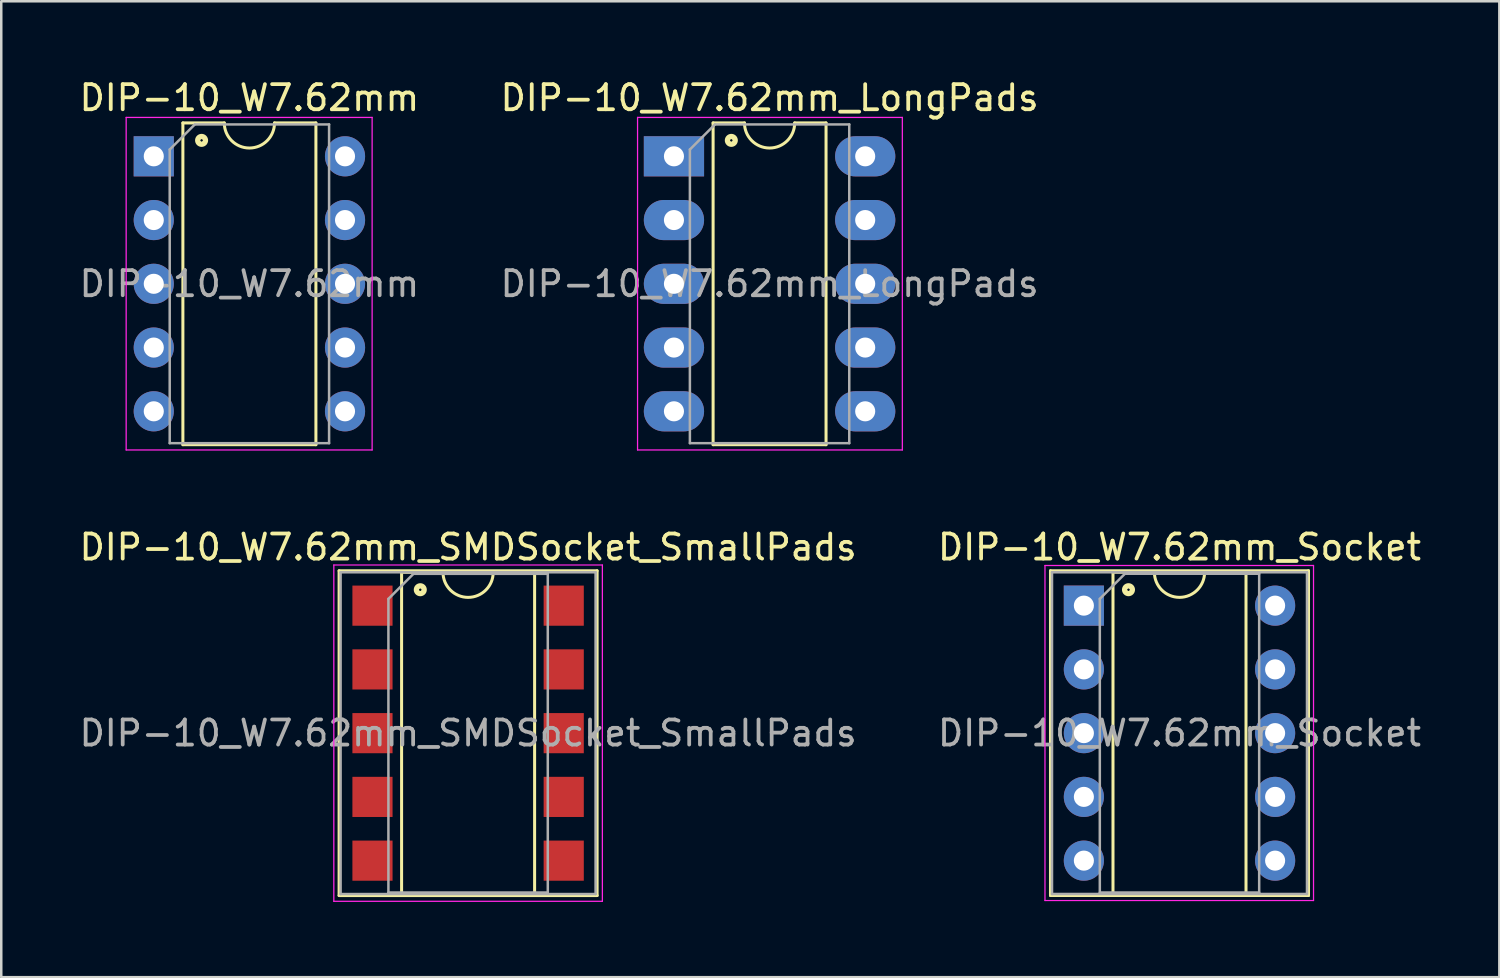
<source format=kicad_pcb>
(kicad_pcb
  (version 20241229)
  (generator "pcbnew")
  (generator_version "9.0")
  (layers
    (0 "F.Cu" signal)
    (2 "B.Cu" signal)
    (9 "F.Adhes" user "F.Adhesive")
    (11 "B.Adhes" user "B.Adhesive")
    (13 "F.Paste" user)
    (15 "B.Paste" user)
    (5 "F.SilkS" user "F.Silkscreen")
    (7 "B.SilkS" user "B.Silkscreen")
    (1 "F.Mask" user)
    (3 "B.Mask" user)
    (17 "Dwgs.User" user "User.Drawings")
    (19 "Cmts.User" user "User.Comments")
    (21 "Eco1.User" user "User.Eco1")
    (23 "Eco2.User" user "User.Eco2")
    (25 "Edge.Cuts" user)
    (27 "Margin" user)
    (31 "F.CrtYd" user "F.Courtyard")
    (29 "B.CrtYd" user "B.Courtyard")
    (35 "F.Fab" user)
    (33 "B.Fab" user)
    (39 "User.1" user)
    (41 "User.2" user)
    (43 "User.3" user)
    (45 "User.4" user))
  (footprint "DIP-10_W7.62mm"
    (layer "F.Cu")
    (at 3.077 3.178)
    (property "Reference" "DIP-10_W7.62mm" (at 3.81 -2.33 0) (layer "F.SilkS") (effects (font (size 1 1) (thickness 0.15))))
    (attr through_hole)
    (fp_line (start 1.16 -1.33) (end 1.16 11.49) (stroke (width 0.12) (type solid)) (layer "F.SilkS"))
    (fp_line (start 1.16 11.49) (end 6.46 11.49) (stroke (width 0.12) (type solid)) (layer "F.SilkS"))
    (fp_line (start 2.81 -1.33) (end 1.16 -1.33) (stroke (width 0.12) (type solid)) (layer "F.SilkS"))
    (fp_line (start 6.46 -1.33) (end 4.81 -1.33) (stroke (width 0.12) (type solid)) (layer "F.SilkS"))
    (fp_line (start 6.46 11.49) (end 6.46 -1.33) (stroke (width 0.12) (type solid)) (layer "F.SilkS"))
    (fp_arc (start 4.81 -1.33) (mid 3.81 -0.33) (end 2.81 -1.33) (stroke (width 0.12) (type solid)) (layer "F.SilkS"))
    (fp_circle (center 1.905 -0.635) (end 1.955 -0.635) (stroke (width 0.12) (type solid)) (fill no) (layer "F.SilkS"))
    (fp_circle (center 1.905 -0.635) (end 2.03 -0.635) (stroke (width 0.12) (type solid)) (fill no) (layer "F.SilkS"))
    (fp_circle (center 1.905 -0.635) (end 2.105 -0.635) (stroke (width 0.12) (type solid)) (fill no) (layer "F.SilkS"))
    (fp_line (start -1.1 -1.55) (end -1.1 11.7) (stroke (width 0.05) (type solid)) (layer "F.CrtYd"))
    (fp_line (start -1.1 11.7) (end 8.7 11.7) (stroke (width 0.05) (type solid)) (layer "F.CrtYd"))
    (fp_line (start 8.7 -1.55) (end -1.1 -1.55) (stroke (width 0.05) (type solid)) (layer "F.CrtYd"))
    (fp_line (start 8.7 11.7) (end 8.7 -1.55) (stroke (width 0.05) (type solid)) (layer "F.CrtYd"))
    (fp_line (start 0.635 -0.27) (end 1.635 -1.27) (stroke (width 0.1) (type solid)) (layer "F.Fab"))
    (fp_line (start 0.635 11.43) (end 0.635 -0.27) (stroke (width 0.1) (type solid)) (layer "F.Fab"))
    (fp_line (start 1.635 -1.27) (end 6.985 -1.27) (stroke (width 0.1) (type solid)) (layer "F.Fab"))
    (fp_line (start 6.985 -1.27) (end 6.985 11.43) (stroke (width 0.1) (type solid)) (layer "F.Fab"))
    (fp_line (start 6.985 11.43) (end 0.635 11.43) (stroke (width 0.1) (type solid)) (layer "F.Fab"))
    (fp_text user "${REFERENCE}" (at 3.81 5.08 0) (layer "F.Fab") (effects (font (size 1 1) (thickness 0.15))))
    (pad "1" thru_hole rect (at 0 0) (size 1.6 1.6) (drill 0.8) (layers "*.Cu" "*.Mask"))
    (pad "2" thru_hole oval (at 0 2.54) (size 1.6 1.6) (drill 0.8) (layers "*.Cu" "*.Mask"))
    (pad "3" thru_hole oval (at 0 5.08) (size 1.6 1.6) (drill 0.8) (layers "*.Cu" "*.Mask"))
    (pad "4" thru_hole oval (at 0 7.62) (size 1.6 1.6) (drill 0.8) (layers "*.Cu" "*.Mask"))
    (pad "5" thru_hole oval (at 0 10.16) (size 1.6 1.6) (drill 0.8) (layers "*.Cu" "*.Mask"))
    (pad "6" thru_hole oval (at 7.62 10.16) (size 1.6 1.6) (drill 0.8) (layers "*.Cu" "*.Mask"))
    (pad "7" thru_hole oval (at 7.62 7.62) (size 1.6 1.6) (drill 0.8) (layers "*.Cu" "*.Mask"))
    (pad "8" thru_hole oval (at 7.62 5.08) (size 1.6 1.6) (drill 0.8) (layers "*.Cu" "*.Mask"))
    (pad "9" thru_hole oval (at 7.62 2.54) (size 1.6 1.6) (drill 0.8) (layers "*.Cu" "*.Mask"))
    (pad "10" thru_hole oval (at 7.62 0) (size 1.6 1.6) (drill 0.8) (layers "*.Cu" "*.Mask")))
  (footprint "DIP-10_W7.62mm_Socket"
    (layer "F.Cu")
    (at 40.136 21.081)
    (property "Reference" "DIP-10_W7.62mm_Socket" (at 3.81 -2.33 0) (layer "F.SilkS") (effects (font (size 1 1) (thickness 0.15))))
    (attr through_hole)
    (fp_line (start -1.33 -1.39) (end -1.33 11.55) (stroke (width 0.12) (type solid)) (layer "F.SilkS"))
    (fp_line (start -1.33 11.55) (end 8.95 11.55) (stroke (width 0.12) (type solid)) (layer "F.SilkS"))
    (fp_line (start 1.16 -1.33) (end 1.16 11.49) (stroke (width 0.12) (type solid)) (layer "F.SilkS"))
    (fp_line (start 1.16 11.49) (end 6.46 11.49) (stroke (width 0.12) (type solid)) (layer "F.SilkS"))
    (fp_line (start 2.81 -1.33) (end 1.16 -1.33) (stroke (width 0.12) (type solid)) (layer "F.SilkS"))
    (fp_line (start 6.46 -1.33) (end 4.81 -1.33) (stroke (width 0.12) (type solid)) (layer "F.SilkS"))
    (fp_line (start 6.46 11.49) (end 6.46 -1.33) (stroke (width 0.12) (type solid)) (layer "F.SilkS"))
    (fp_line (start 8.95 -1.39) (end -1.33 -1.39) (stroke (width 0.12) (type solid)) (layer "F.SilkS"))
    (fp_line (start 8.95 11.55) (end 8.95 -1.39) (stroke (width 0.12) (type solid)) (layer "F.SilkS"))
    (fp_arc (start 4.81 -1.33) (mid 3.81 -0.33) (end 2.81 -1.33) (stroke (width 0.12) (type solid)) (layer "F.SilkS"))
    (fp_circle (center 1.778 -0.635) (end 1.828 -0.635) (stroke (width 0.12) (type solid)) (fill no) (layer "F.SilkS"))
    (fp_circle (center 1.778 -0.635) (end 1.903 -0.635) (stroke (width 0.12) (type solid)) (fill no) (layer "F.SilkS"))
    (fp_circle (center 1.778 -0.635) (end 1.978 -0.635) (stroke (width 0.12) (type solid)) (fill no) (layer "F.SilkS"))
    (fp_line (start -1.55 -1.6) (end -1.55 11.75) (stroke (width 0.05) (type solid)) (layer "F.CrtYd"))
    (fp_line (start -1.55 11.75) (end 9.15 11.75) (stroke (width 0.05) (type solid)) (layer "F.CrtYd"))
    (fp_line (start 9.15 -1.6) (end -1.55 -1.6) (stroke (width 0.05) (type solid)) (layer "F.CrtYd"))
    (fp_line (start 9.15 11.75) (end 9.15 -1.6) (stroke (width 0.05) (type solid)) (layer "F.CrtYd"))
    (fp_line (start -1.27 -1.33) (end -1.27 11.49) (stroke (width 0.1) (type solid)) (layer "F.Fab"))
    (fp_line (start -1.27 11.49) (end 8.89 11.49) (stroke (width 0.1) (type solid)) (layer "F.Fab"))
    (fp_line (start 0.635 -0.27) (end 1.635 -1.27) (stroke (width 0.1) (type solid)) (layer "F.Fab"))
    (fp_line (start 0.635 11.43) (end 0.635 -0.27) (stroke (width 0.1) (type solid)) (layer "F.Fab"))
    (fp_line (start 1.635 -1.27) (end 6.985 -1.27) (stroke (width 0.1) (type solid)) (layer "F.Fab"))
    (fp_line (start 6.985 -1.27) (end 6.985 11.43) (stroke (width 0.1) (type solid)) (layer "F.Fab"))
    (fp_line (start 6.985 11.43) (end 0.635 11.43) (stroke (width 0.1) (type solid)) (layer "F.Fab"))
    (fp_line (start 8.89 -1.33) (end -1.27 -1.33) (stroke (width 0.1) (type solid)) (layer "F.Fab"))
    (fp_line (start 8.89 11.49) (end 8.89 -1.33) (stroke (width 0.1) (type solid)) (layer "F.Fab"))
    (fp_text user "${REFERENCE}" (at 3.81 5.08 0) (layer "F.Fab") (effects (font (size 1 1) (thickness 0.15))))
    (pad "1" thru_hole rect (at 0 0) (size 1.6 1.6) (drill 0.8) (layers "*.Cu" "*.Mask"))
    (pad "2" thru_hole oval (at 0 2.54) (size 1.6 1.6) (drill 0.8) (layers "*.Cu" "*.Mask"))
    (pad "3" thru_hole oval (at 0 5.08) (size 1.6 1.6) (drill 0.8) (layers "*.Cu" "*.Mask"))
    (pad "4" thru_hole oval (at 0 7.62) (size 1.6 1.6) (drill 0.8) (layers "*.Cu" "*.Mask"))
    (pad "5" thru_hole oval (at 0 10.16) (size 1.6 1.6) (drill 0.8) (layers "*.Cu" "*.Mask"))
    (pad "6" thru_hole oval (at 7.62 10.16) (size 1.6 1.6) (drill 0.8) (layers "*.Cu" "*.Mask"))
    (pad "7" thru_hole oval (at 7.62 7.62) (size 1.6 1.6) (drill 0.8) (layers "*.Cu" "*.Mask"))
    (pad "8" thru_hole oval (at 7.62 5.08) (size 1.6 1.6) (drill 0.8) (layers "*.Cu" "*.Mask"))
    (pad "9" thru_hole oval (at 7.62 2.54) (size 1.6 1.6) (drill 0.8) (layers "*.Cu" "*.Mask"))
    (pad "10" thru_hole oval (at 7.62 0) (size 1.6 1.6) (drill 0.8) (layers "*.Cu" "*.Mask")))
  (footprint "DIP-10_W7.62mm_SMDSocket_SmallPads"
    (layer "F.Cu")
    (at 15.601 26.162)
    (property "Reference" "DIP-10_W7.62mm_SMDSocket_SmallPads" (at 0 -7.41 0) (layer "F.SilkS") (effects (font (size 1 1) (thickness 0.15))))
    (attr smd)
    (fp_line (start -5.14 -6.47) (end -5.14 6.47) (stroke (width 0.12) (type solid)) (layer "F.SilkS"))
    (fp_line (start -5.14 6.47) (end 5.14 6.47) (stroke (width 0.12) (type solid)) (layer "F.SilkS"))
    (fp_line (start -2.65 -6.41) (end -2.65 6.41) (stroke (width 0.12) (type solid)) (layer "F.SilkS"))
    (fp_line (start -2.65 6.41) (end 2.65 6.41) (stroke (width 0.12) (type solid)) (layer "F.SilkS"))
    (fp_line (start -1 -6.41) (end -2.65 -6.41) (stroke (width 0.12) (type solid)) (layer "F.SilkS"))
    (fp_line (start 2.65 -6.41) (end 1 -6.41) (stroke (width 0.12) (type solid)) (layer "F.SilkS"))
    (fp_line (start 2.65 6.41) (end 2.65 -6.41) (stroke (width 0.12) (type solid)) (layer "F.SilkS"))
    (fp_line (start 5.14 -6.47) (end -5.14 -6.47) (stroke (width 0.12) (type solid)) (layer "F.SilkS"))
    (fp_line (start 5.14 6.47) (end 5.14 -6.47) (stroke (width 0.12) (type solid)) (layer "F.SilkS"))
    (fp_arc (start 1 -6.41) (mid 0 -5.41) (end -1 -6.41) (stroke (width 0.12) (type solid)) (layer "F.SilkS"))
    (fp_circle (center -1.905 -5.715) (end -1.855 -5.715) (stroke (width 0.12) (type solid)) (fill no) (layer "F.SilkS"))
    (fp_circle (center -1.905 -5.715) (end -1.78 -5.715) (stroke (width 0.12) (type solid)) (fill no) (layer "F.SilkS"))
    (fp_circle (center -1.905 -5.715) (end -1.705 -5.715) (stroke (width 0.12) (type solid)) (fill no) (layer "F.SilkS"))
    (fp_line (start -5.35 -6.7) (end -5.35 6.7) (stroke (width 0.05) (type solid)) (layer "F.CrtYd"))
    (fp_line (start -5.35 6.7) (end 5.35 6.7) (stroke (width 0.05) (type solid)) (layer "F.CrtYd"))
    (fp_line (start 5.35 -6.7) (end -5.35 -6.7) (stroke (width 0.05) (type solid)) (layer "F.CrtYd"))
    (fp_line (start 5.35 6.7) (end 5.35 -6.7) (stroke (width 0.05) (type solid)) (layer "F.CrtYd"))
    (fp_line (start -5.08 -6.41) (end -5.08 6.41) (stroke (width 0.1) (type solid)) (layer "F.Fab"))
    (fp_line (start -5.08 6.41) (end 5.08 6.41) (stroke (width 0.1) (type solid)) (layer "F.Fab"))
    (fp_line (start -3.175 -5.35) (end -2.175 -6.35) (stroke (width 0.1) (type solid)) (layer "F.Fab"))
    (fp_line (start -3.175 6.35) (end -3.175 -5.35) (stroke (width 0.1) (type solid)) (layer "F.Fab"))
    (fp_line (start -2.175 -6.35) (end 3.175 -6.35) (stroke (width 0.1) (type solid)) (layer "F.Fab"))
    (fp_line (start 3.175 -6.35) (end 3.175 6.35) (stroke (width 0.1) (type solid)) (layer "F.Fab"))
    (fp_line (start 3.175 6.35) (end -3.175 6.35) (stroke (width 0.1) (type solid)) (layer "F.Fab"))
    (fp_line (start 5.08 -6.41) (end -5.08 -6.41) (stroke (width 0.1) (type solid)) (layer "F.Fab"))
    (fp_line (start 5.08 6.41) (end 5.08 -6.41) (stroke (width 0.1) (type solid)) (layer "F.Fab"))
    (fp_text user "${REFERENCE}" (at 0 0 0) (layer "F.Fab") (effects (font (size 1 1) (thickness 0.15))))
    (pad "1" smd rect (at -3.81 -5.08) (size 1.6 1.6) (layers "F.Cu" "F.Mask" "F.Paste"))
    (pad "2" smd rect (at -3.81 -2.54) (size 1.6 1.6) (layers "F.Cu" "F.Mask" "F.Paste"))
    (pad "3" smd rect (at -3.81 0) (size 1.6 1.6) (layers "F.Cu" "F.Mask" "F.Paste"))
    (pad "4" smd rect (at -3.81 2.54) (size 1.6 1.6) (layers "F.Cu" "F.Mask" "F.Paste"))
    (pad "5" smd rect (at -3.81 5.08) (size 1.6 1.6) (layers "F.Cu" "F.Mask" "F.Paste"))
    (pad "6" smd rect (at 3.81 5.08) (size 1.6 1.6) (layers "F.Cu" "F.Mask" "F.Paste"))
    (pad "7" smd rect (at 3.81 2.54) (size 1.6 1.6) (layers "F.Cu" "F.Mask" "F.Paste"))
    (pad "8" smd rect (at 3.81 0) (size 1.6 1.6) (layers "F.Cu" "F.Mask" "F.Paste"))
    (pad "9" smd rect (at 3.81 -2.54) (size 1.6 1.6) (layers "F.Cu" "F.Mask" "F.Paste"))
    (pad "10" smd rect (at 3.81 -5.08) (size 1.6 1.6) (layers "F.Cu" "F.Mask" "F.Paste")))
  (footprint "DIP-10_W7.62mm_LongPads"
    (layer "F.Cu")
    (at 23.803 3.178)
    (property "Reference" "DIP-10_W7.62mm_LongPads" (at 3.81 -2.33 0) (layer "F.SilkS") (effects (font (size 1 1) (thickness 0.15))))
    (attr through_hole)
    (fp_line (start 1.56 -1.33) (end 1.56 11.49) (stroke (width 0.12) (type solid)) (layer "F.SilkS"))
    (fp_line (start 1.56 11.49) (end 6.06 11.49) (stroke (width 0.12) (type solid)) (layer "F.SilkS"))
    (fp_line (start 2.81 -1.33) (end 1.56 -1.33) (stroke (width 0.12) (type solid)) (layer "F.SilkS"))
    (fp_line (start 6.06 -1.33) (end 4.81 -1.33) (stroke (width 0.12) (type solid)) (layer "F.SilkS"))
    (fp_line (start 6.06 11.49) (end 6.06 -1.33) (stroke (width 0.12) (type solid)) (layer "F.SilkS"))
    (fp_arc (start 4.81 -1.33) (mid 3.81 -0.33) (end 2.81 -1.33) (stroke (width 0.12) (type solid)) (layer "F.SilkS"))
    (fp_circle (center 2.286 -0.635) (end 2.336 -0.635) (stroke (width 0.12) (type solid)) (fill no) (layer "F.SilkS"))
    (fp_circle (center 2.286 -0.635) (end 2.411 -0.635) (stroke (width 0.12) (type solid)) (fill no) (layer "F.SilkS"))
    (fp_circle (center 2.286 -0.635) (end 2.486 -0.635) (stroke (width 0.12) (type solid)) (fill no) (layer "F.SilkS"))
    (fp_line (start -1.45 -1.55) (end -1.45 11.7) (stroke (width 0.05) (type solid)) (layer "F.CrtYd"))
    (fp_line (start -1.45 11.7) (end 9.1 11.7) (stroke (width 0.05) (type solid)) (layer "F.CrtYd"))
    (fp_line (start 9.1 -1.55) (end -1.45 -1.55) (stroke (width 0.05) (type solid)) (layer "F.CrtYd"))
    (fp_line (start 9.1 11.7) (end 9.1 -1.55) (stroke (width 0.05) (type solid)) (layer "F.CrtYd"))
    (fp_line (start 0.635 -0.27) (end 1.635 -1.27) (stroke (width 0.1) (type solid)) (layer "F.Fab"))
    (fp_line (start 0.635 11.43) (end 0.635 -0.27) (stroke (width 0.1) (type solid)) (layer "F.Fab"))
    (fp_line (start 1.635 -1.27) (end 6.985 -1.27) (stroke (width 0.1) (type solid)) (layer "F.Fab"))
    (fp_line (start 6.985 -1.27) (end 6.985 11.43) (stroke (width 0.1) (type solid)) (layer "F.Fab"))
    (fp_line (start 6.985 11.43) (end 0.635 11.43) (stroke (width 0.1) (type solid)) (layer "F.Fab"))
    (fp_text user "${REFERENCE}" (at 3.81 5.08 0) (layer "F.Fab") (effects (font (size 1 1) (thickness 0.15))))
    (pad "1" thru_hole rect (at 0 0) (size 2.4 1.6) (drill 0.8) (layers "*.Cu" "*.Mask"))
    (pad "2" thru_hole oval (at 0 2.54) (size 2.4 1.6) (drill 0.8) (layers "*.Cu" "*.Mask"))
    (pad "3" thru_hole oval (at 0 5.08) (size 2.4 1.6) (drill 0.8) (layers "*.Cu" "*.Mask"))
    (pad "4" thru_hole oval (at 0 7.62) (size 2.4 1.6) (drill 0.8) (layers "*.Cu" "*.Mask"))
    (pad "5" thru_hole oval (at 0 10.16) (size 2.4 1.6) (drill 0.8) (layers "*.Cu" "*.Mask"))
    (pad "6" thru_hole oval (at 7.62 10.16) (size 2.4 1.6) (drill 0.8) (layers "*.Cu" "*.Mask"))
    (pad "7" thru_hole oval (at 7.62 7.62) (size 2.4 1.6) (drill 0.8) (layers "*.Cu" "*.Mask"))
    (pad "8" thru_hole oval (at 7.62 5.08) (size 2.4 1.6) (drill 0.8) (layers "*.Cu" "*.Mask"))
    (pad "9" thru_hole oval (at 7.62 2.54) (size 2.4 1.6) (drill 0.8) (layers "*.Cu" "*.Mask"))
    (pad "10" thru_hole oval (at 7.62 0) (size 2.4 1.6) (drill 0.8) (layers "*.Cu" "*.Mask")))
  (gr_rect
    (start -3 -3)
    (end 56.69 35.886)
    (stroke (width 0.1) (type default))
    (fill no)
    (layer "Edge.Cuts")))
</source>
